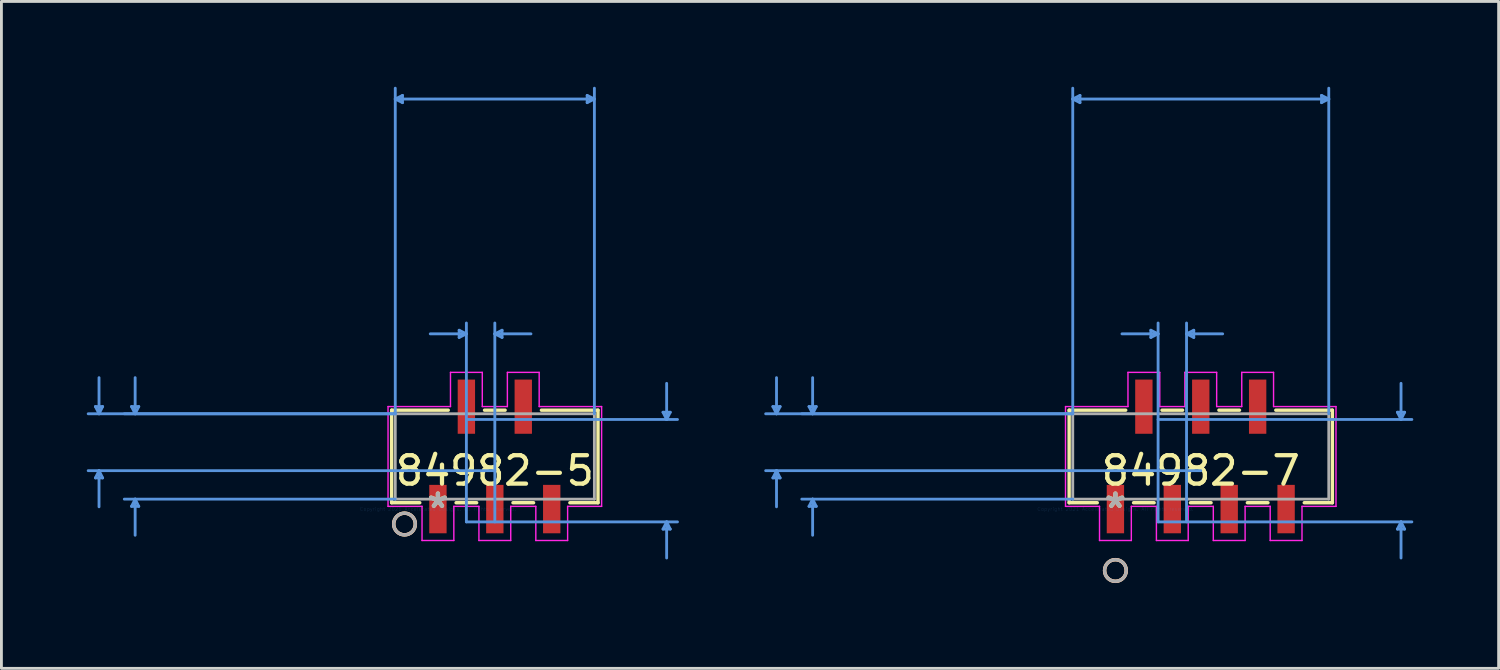
<source format=kicad_pcb>
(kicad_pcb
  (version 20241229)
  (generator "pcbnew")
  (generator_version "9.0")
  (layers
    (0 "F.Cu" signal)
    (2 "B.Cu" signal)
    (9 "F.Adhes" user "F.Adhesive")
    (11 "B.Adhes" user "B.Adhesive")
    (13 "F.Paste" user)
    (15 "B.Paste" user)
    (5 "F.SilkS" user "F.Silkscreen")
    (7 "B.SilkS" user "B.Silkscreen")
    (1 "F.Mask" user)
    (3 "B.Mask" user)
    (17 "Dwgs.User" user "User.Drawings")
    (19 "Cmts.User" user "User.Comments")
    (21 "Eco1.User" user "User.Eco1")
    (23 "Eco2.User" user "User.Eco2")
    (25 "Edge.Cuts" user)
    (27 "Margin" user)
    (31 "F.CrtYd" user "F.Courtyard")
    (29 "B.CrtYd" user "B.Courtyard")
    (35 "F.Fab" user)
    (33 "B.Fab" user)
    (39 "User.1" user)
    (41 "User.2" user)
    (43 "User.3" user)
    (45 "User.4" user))
  (footprint "84982-7"
    (layer "F.Cu")
    (at 36.161 14.846)
    (property "Reference" "84982-7" (at 3 -1.35 0) (layer "F.SilkS") (effects (font (size 1 1) (thickness 0.15))))
    (attr through_hole)
    (fp_line (start -1.627 -3.477) (end 0.362 -3.477) (stroke (width 0.12) (type solid)) (layer "F.SilkS"))
    (fp_line (start -1.627 -0.223) (end -1.627 -3.477) (stroke (width 0.12) (type solid)) (layer "F.SilkS"))
    (fp_line (start -0.638 -0.223) (end -1.627 -0.223) (stroke (width 0.12) (type solid)) (layer "F.SilkS"))
    (fp_line (start 1.362 -0.223) (end 0.638 -0.223) (stroke (width 0.12) (type solid)) (layer "F.SilkS"))
    (fp_line (start 1.638 -3.477) (end 2.362 -3.477) (stroke (width 0.12) (type solid)) (layer "F.SilkS"))
    (fp_line (start 3.362 -0.223) (end 2.638 -0.223) (stroke (width 0.12) (type solid)) (layer "F.SilkS"))
    (fp_line (start 3.638 -3.477) (end 4.362 -3.477) (stroke (width 0.12) (type solid)) (layer "F.SilkS"))
    (fp_line (start 5.362 -0.223) (end 4.638 -0.223) (stroke (width 0.12) (type solid)) (layer "F.SilkS"))
    (fp_line (start 5.638 -3.477) (end 7.627 -3.477) (stroke (width 0.12) (type solid)) (layer "F.SilkS"))
    (fp_line (start 7.627 -3.477) (end 7.627 -0.223) (stroke (width 0.12) (type solid)) (layer "F.SilkS"))
    (fp_line (start 7.627 -0.223) (end 6.638 -0.223) (stroke (width 0.12) (type solid)) (layer "F.SilkS"))
    (fp_circle (center 0 2.159) (end 0.381 2.159) (stroke (width 0.12) (type solid)) (fill no) (layer "F.SilkS"))
    (fp_circle (center 0 2.159) (end 0.381 2.159) (stroke (width 0.12) (type solid)) (fill no) (layer "B.SilkS"))
    (fp_line (start -12.041 -3.604) (end -11.787 -3.604) (stroke (width 0.1) (type solid)) (layer "Cmts.User"))
    (fp_line (start -12.041 -1.096) (end -11.787 -1.096) (stroke (width 0.1) (type solid)) (layer "Cmts.User"))
    (fp_line (start -11.914 -3.35) (end -12.041 -3.604) (stroke (width 0.1) (type solid)) (layer "Cmts.User"))
    (fp_line (start -11.914 -3.35) (end -11.914 -4.62) (stroke (width 0.1) (type solid)) (layer "Cmts.User"))
    (fp_line (start -11.914 -3.35) (end -11.787 -3.604) (stroke (width 0.1) (type solid)) (layer "Cmts.User"))
    (fp_line (start -11.914 -1.35) (end -12.041 -1.096) (stroke (width 0.1) (type solid)) (layer "Cmts.User"))
    (fp_line (start -11.914 -1.35) (end -11.914 -0.08) (stroke (width 0.1) (type solid)) (layer "Cmts.User"))
    (fp_line (start -11.914 -1.35) (end -11.787 -1.096) (stroke (width 0.1) (type solid)) (layer "Cmts.User"))
    (fp_line (start -10.771 -3.604) (end -10.517 -3.604) (stroke (width 0.1) (type solid)) (layer "Cmts.User"))
    (fp_line (start -10.771 -0.096) (end -10.517 -0.096) (stroke (width 0.1) (type solid)) (layer "Cmts.User"))
    (fp_line (start -10.644 -3.35) (end -10.771 -3.604) (stroke (width 0.1) (type solid)) (layer "Cmts.User"))
    (fp_line (start -10.644 -3.35) (end -10.644 -4.62) (stroke (width 0.1) (type solid)) (layer "Cmts.User"))
    (fp_line (start -10.644 -3.35) (end -10.517 -3.604) (stroke (width 0.1) (type solid)) (layer "Cmts.User"))
    (fp_line (start -10.644 -0.35) (end -10.771 -0.096) (stroke (width 0.1) (type solid)) (layer "Cmts.User"))
    (fp_line (start -10.644 -0.35) (end -10.644 0.92) (stroke (width 0.1) (type solid)) (layer "Cmts.User"))
    (fp_line (start -10.644 -0.35) (end -10.517 -0.096) (stroke (width 0.1) (type solid)) (layer "Cmts.User"))
    (fp_line (start -1.5 -14.415) (end -1.246 -14.542) (stroke (width 0.1) (type solid)) (layer "Cmts.User"))
    (fp_line (start -1.5 -14.415) (end -1.246 -14.288) (stroke (width 0.1) (type solid)) (layer "Cmts.User"))
    (fp_line (start -1.5 -14.415) (end 7.5 -14.415) (stroke (width 0.1) (type solid)) (layer "Cmts.User"))
    (fp_line (start -1.5 -3.35) (end -12.295 -3.35) (stroke (width 0.1) (type solid)) (layer "Cmts.User"))
    (fp_line (start -1.5 -3.35) (end -11.025 -3.35) (stroke (width 0.1) (type solid)) (layer "Cmts.User"))
    (fp_line (start -1.5 -3.35) (end -1.5 -14.796) (stroke (width 0.1) (type solid)) (layer "Cmts.User"))
    (fp_line (start -1.5 -0.35) (end -11.025 -0.35) (stroke (width 0.1) (type solid)) (layer "Cmts.User"))
    (fp_line (start -1.246 -14.542) (end -1.246 -14.288) (stroke (width 0.1) (type solid)) (layer "Cmts.User"))
    (fp_line (start 1.246 -6.287) (end 1.246 -6.033) (stroke (width 0.1) (type solid)) (layer "Cmts.User"))
    (fp_line (start 1.5 -6.16) (end 0.23 -6.16) (stroke (width 0.1) (type solid)) (layer "Cmts.User"))
    (fp_line (start 1.5 -6.16) (end 1.246 -6.287) (stroke (width 0.1) (type solid)) (layer "Cmts.User"))
    (fp_line (start 1.5 -6.16) (end 1.246 -6.033) (stroke (width 0.1) (type solid)) (layer "Cmts.User"))
    (fp_line (start 1.5 -3.15) (end 10.421 -3.15) (stroke (width 0.1) (type solid)) (layer "Cmts.User"))
    (fp_line (start 1.5 0.45) (end 1.5 -6.541) (stroke (width 0.1) (type solid)) (layer "Cmts.User"))
    (fp_line (start 1.5 0.45) (end 10.421 0.45) (stroke (width 0.1) (type solid)) (layer "Cmts.User"))
    (fp_line (start 2.5 -6.16) (end 2.754 -6.287) (stroke (width 0.1) (type solid)) (layer "Cmts.User"))
    (fp_line (start 2.5 -6.16) (end 2.754 -6.033) (stroke (width 0.1) (type solid)) (layer "Cmts.User"))
    (fp_line (start 2.5 -6.16) (end 3.77 -6.16) (stroke (width 0.1) (type solid)) (layer "Cmts.User"))
    (fp_line (start 2.5 0.45) (end 2.5 -6.541) (stroke (width 0.1) (type solid)) (layer "Cmts.User"))
    (fp_line (start 2.754 -6.287) (end 2.754 -6.033) (stroke (width 0.1) (type solid)) (layer "Cmts.User"))
    (fp_line (start 3 -1.35) (end -12.295 -1.35) (stroke (width 0.1) (type solid)) (layer "Cmts.User"))
    (fp_line (start 7.246 -14.542) (end 7.246 -14.288) (stroke (width 0.1) (type solid)) (layer "Cmts.User"))
    (fp_line (start 7.5 -14.415) (end 7.246 -14.542) (stroke (width 0.1) (type solid)) (layer "Cmts.User"))
    (fp_line (start 7.5 -14.415) (end 7.246 -14.288) (stroke (width 0.1) (type solid)) (layer "Cmts.User"))
    (fp_line (start 7.5 -3.35) (end 7.5 -14.796) (stroke (width 0.1) (type solid)) (layer "Cmts.User"))
    (fp_line (start 9.913 -3.404) (end 10.167 -3.404) (stroke (width 0.1) (type solid)) (layer "Cmts.User"))
    (fp_line (start 9.913 0.704) (end 10.167 0.704) (stroke (width 0.1) (type solid)) (layer "Cmts.User"))
    (fp_line (start 10.04 -3.15) (end 9.913 -3.404) (stroke (width 0.1) (type solid)) (layer "Cmts.User"))
    (fp_line (start 10.04 -3.15) (end 10.04 -4.42) (stroke (width 0.1) (type solid)) (layer "Cmts.User"))
    (fp_line (start 10.04 -3.15) (end 10.167 -3.404) (stroke (width 0.1) (type solid)) (layer "Cmts.User"))
    (fp_line (start 10.04 0.45) (end 9.913 0.704) (stroke (width 0.1) (type solid)) (layer "Cmts.User"))
    (fp_line (start 10.04 0.45) (end 10.04 1.72) (stroke (width 0.1) (type solid)) (layer "Cmts.User"))
    (fp_line (start 10.04 0.45) (end 10.167 0.704) (stroke (width 0.1) (type solid)) (layer "Cmts.User"))
    (fp_line (start -1.754 -3.604) (end -1.754 -0.096) (stroke (width 0.05) (type solid)) (layer "F.CrtYd"))
    (fp_line (start -1.754 -0.096) (end -0.559 -0.096) (stroke (width 0.05) (type solid)) (layer "F.CrtYd"))
    (fp_line (start -0.559 -0.096) (end -0.559 1.105) (stroke (width 0.05) (type solid)) (layer "F.CrtYd"))
    (fp_line (start -0.559 1.105) (end 0.559 1.105) (stroke (width 0.05) (type solid)) (layer "F.CrtYd"))
    (fp_line (start 0.441 -4.806) (end 0.441 -3.604) (stroke (width 0.05) (type solid)) (layer "F.CrtYd"))
    (fp_line (start 0.441 -3.604) (end -1.754 -3.604) (stroke (width 0.05) (type solid)) (layer "F.CrtYd"))
    (fp_line (start 0.559 -0.096) (end 1.441 -0.096) (stroke (width 0.05) (type solid)) (layer "F.CrtYd"))
    (fp_line (start 0.559 1.105) (end 0.559 -0.096) (stroke (width 0.05) (type solid)) (layer "F.CrtYd"))
    (fp_line (start 1.441 -0.096) (end 1.441 1.105) (stroke (width 0.05) (type solid)) (layer "F.CrtYd"))
    (fp_line (start 1.441 1.105) (end 2.559 1.105) (stroke (width 0.05) (type solid)) (layer "F.CrtYd"))
    (fp_line (start 1.559 -4.806) (end 0.441 -4.806) (stroke (width 0.05) (type solid)) (layer "F.CrtYd"))
    (fp_line (start 1.559 -3.604) (end 1.559 -4.806) (stroke (width 0.05) (type solid)) (layer "F.CrtYd"))
    (fp_line (start 2.441 -4.806) (end 2.441 -3.604) (stroke (width 0.05) (type solid)) (layer "F.CrtYd"))
    (fp_line (start 2.441 -3.604) (end 1.559 -3.604) (stroke (width 0.05) (type solid)) (layer "F.CrtYd"))
    (fp_line (start 2.559 -0.096) (end 3.441 -0.096) (stroke (width 0.05) (type solid)) (layer "F.CrtYd"))
    (fp_line (start 2.559 1.105) (end 2.559 -0.096) (stroke (width 0.05) (type solid)) (layer "F.CrtYd"))
    (fp_line (start 3.441 -0.096) (end 3.441 1.105) (stroke (width 0.05) (type solid)) (layer "F.CrtYd"))
    (fp_line (start 3.441 1.105) (end 4.559 1.105) (stroke (width 0.05) (type solid)) (layer "F.CrtYd"))
    (fp_line (start 3.559 -4.806) (end 2.441 -4.806) (stroke (width 0.05) (type solid)) (layer "F.CrtYd"))
    (fp_line (start 3.559 -3.604) (end 3.559 -4.806) (stroke (width 0.05) (type solid)) (layer "F.CrtYd"))
    (fp_line (start 4.441 -4.806) (end 4.441 -3.604) (stroke (width 0.05) (type solid)) (layer "F.CrtYd"))
    (fp_line (start 4.441 -3.604) (end 3.559 -3.604) (stroke (width 0.05) (type solid)) (layer "F.CrtYd"))
    (fp_line (start 4.559 -0.096) (end 5.441 -0.096) (stroke (width 0.05) (type solid)) (layer "F.CrtYd"))
    (fp_line (start 4.559 1.105) (end 4.559 -0.096) (stroke (width 0.05) (type solid)) (layer "F.CrtYd"))
    (fp_line (start 5.441 -0.096) (end 5.441 1.105) (stroke (width 0.05) (type solid)) (layer "F.CrtYd"))
    (fp_line (start 5.441 1.105) (end 6.559 1.105) (stroke (width 0.05) (type solid)) (layer "F.CrtYd"))
    (fp_line (start 5.559 -4.806) (end 4.441 -4.806) (stroke (width 0.05) (type solid)) (layer "F.CrtYd"))
    (fp_line (start 5.559 -3.604) (end 5.559 -4.806) (stroke (width 0.05) (type solid)) (layer "F.CrtYd"))
    (fp_line (start 6.559 -0.096) (end 7.754 -0.096) (stroke (width 0.05) (type solid)) (layer "F.CrtYd"))
    (fp_line (start 6.559 1.105) (end 6.559 -0.096) (stroke (width 0.05) (type solid)) (layer "F.CrtYd"))
    (fp_line (start 7.754 -3.604) (end 5.559 -3.604) (stroke (width 0.05) (type solid)) (layer "F.CrtYd"))
    (fp_line (start 7.754 -0.096) (end 7.754 -3.604) (stroke (width 0.05) (type solid)) (layer "F.CrtYd"))
    (fp_line (start -1.5 -3.35) (end -1.5 -0.35) (stroke (width 0.1) (type solid)) (layer "F.Fab"))
    (fp_line (start -1.5 -0.35) (end 7.5 -0.35) (stroke (width 0.1) (type solid)) (layer "F.Fab"))
    (fp_line (start 7.5 -3.35) (end -1.5 -3.35) (stroke (width 0.1) (type solid)) (layer "F.Fab"))
    (fp_line (start 7.5 -0.35) (end 7.5 -3.35) (stroke (width 0.1) (type solid)) (layer "F.Fab"))
    (fp_circle (center 0 2.159) (end 0.381 2.159) (stroke (width 0.1) (type solid)) (fill no) (layer "F.Fab"))
    (fp_text user "*" (at 0 0 0) (layer "F.SilkS") (effects (font (size 1 1) (thickness 0.15))))
    (fp_text user "Copyright 2021 Accelerated Designs. All rights reserved." (at 0 0 0) (layer "Cmts.User") (effects (font (size 0.127 0.127) (thickness 0.002))))
    (fp_text user "*" (at 0 0 0) (layer "F.Fab") (effects (font (size 1 1) (thickness 0.15))))
    (pad "1" smd rect (at 0 0) (size 0.61 1.702) (layers "F.Cu" "F.Mask" "F.Paste"))
    (pad "2" smd rect (at 1 -3.6) (size 0.61 1.905) (layers "F.Cu" "F.Mask" "F.Paste"))
    (pad "3" smd rect (at 2 0) (size 0.61 1.702) (layers "F.Cu" "F.Mask" "F.Paste"))
    (pad "4" smd rect (at 3 -3.6) (size 0.61 1.905) (layers "F.Cu" "F.Mask" "F.Paste"))
    (pad "5" smd rect (at 4 0) (size 0.61 1.702) (layers "F.Cu" "F.Mask" "F.Paste"))
    (pad "6" smd rect (at 5 -3.6) (size 0.61 1.905) (layers "F.Cu" "F.Mask" "F.Paste"))
    (pad "7" smd rect (at 6 0) (size 0.61 1.702) (layers "F.Cu" "F.Mask" "F.Paste")))
  (footprint "84982-5"
    (layer "F.Cu")
    (at 12.345 14.846)
    (property "Reference" "84982-5" (at 2 -1.35 0) (layer "F.SilkS") (effects (font (size 1 1) (thickness 0.15))))
    (attr through_hole)
    (fp_line (start -1.627 -3.477) (end 0.362 -3.477) (stroke (width 0.12) (type solid)) (layer "F.SilkS"))
    (fp_line (start -1.627 -0.223) (end -1.627 -3.477) (stroke (width 0.12) (type solid)) (layer "F.SilkS"))
    (fp_line (start -0.638 -0.223) (end -1.627 -0.223) (stroke (width 0.12) (type solid)) (layer "F.SilkS"))
    (fp_line (start 1.362 -0.223) (end 0.638 -0.223) (stroke (width 0.12) (type solid)) (layer "F.SilkS"))
    (fp_line (start 1.638 -3.477) (end 2.362 -3.477) (stroke (width 0.12) (type solid)) (layer "F.SilkS"))
    (fp_line (start 3.362 -0.223) (end 2.638 -0.223) (stroke (width 0.12) (type solid)) (layer "F.SilkS"))
    (fp_line (start 3.638 -3.477) (end 5.627 -3.477) (stroke (width 0.12) (type solid)) (layer "F.SilkS"))
    (fp_line (start 5.627 -3.477) (end 5.627 -0.223) (stroke (width 0.12) (type solid)) (layer "F.SilkS"))
    (fp_line (start 5.627 -0.223) (end 4.638 -0.223) (stroke (width 0.12) (type solid)) (layer "F.SilkS"))
    (fp_circle (center -1.175 0.525) (end -0.794 0.525) (stroke (width 0.12) (type solid)) (fill no) (layer "F.SilkS"))
    (fp_circle (center -1.175 0.525) (end -0.794 0.525) (stroke (width 0.12) (type solid)) (fill no) (layer "B.SilkS"))
    (fp_line (start -12.041 -3.604) (end -11.787 -3.604) (stroke (width 0.1) (type solid)) (layer "Cmts.User"))
    (fp_line (start -12.041 -1.096) (end -11.787 -1.096) (stroke (width 0.1) (type solid)) (layer "Cmts.User"))
    (fp_line (start -11.914 -3.35) (end -12.041 -3.604) (stroke (width 0.1) (type solid)) (layer "Cmts.User"))
    (fp_line (start -11.914 -3.35) (end -11.914 -4.62) (stroke (width 0.1) (type solid)) (layer "Cmts.User"))
    (fp_line (start -11.914 -3.35) (end -11.787 -3.604) (stroke (width 0.1) (type solid)) (layer "Cmts.User"))
    (fp_line (start -11.914 -1.35) (end -12.041 -1.096) (stroke (width 0.1) (type solid)) (layer "Cmts.User"))
    (fp_line (start -11.914 -1.35) (end -11.914 -0.08) (stroke (width 0.1) (type solid)) (layer "Cmts.User"))
    (fp_line (start -11.914 -1.35) (end -11.787 -1.096) (stroke (width 0.1) (type solid)) (layer "Cmts.User"))
    (fp_line (start -10.771 -3.604) (end -10.517 -3.604) (stroke (width 0.1) (type solid)) (layer "Cmts.User"))
    (fp_line (start -10.771 -0.096) (end -10.517 -0.096) (stroke (width 0.1) (type solid)) (layer "Cmts.User"))
    (fp_line (start -10.644 -3.35) (end -10.771 -3.604) (stroke (width 0.1) (type solid)) (layer "Cmts.User"))
    (fp_line (start -10.644 -3.35) (end -10.644 -4.62) (stroke (width 0.1) (type solid)) (layer "Cmts.User"))
    (fp_line (start -10.644 -3.35) (end -10.517 -3.604) (stroke (width 0.1) (type solid)) (layer "Cmts.User"))
    (fp_line (start -10.644 -0.35) (end -10.771 -0.096) (stroke (width 0.1) (type solid)) (layer "Cmts.User"))
    (fp_line (start -10.644 -0.35) (end -10.644 0.92) (stroke (width 0.1) (type solid)) (layer "Cmts.User"))
    (fp_line (start -10.644 -0.35) (end -10.517 -0.096) (stroke (width 0.1) (type solid)) (layer "Cmts.User"))
    (fp_line (start -1.5 -14.415) (end -1.246 -14.542) (stroke (width 0.1) (type solid)) (layer "Cmts.User"))
    (fp_line (start -1.5 -14.415) (end -1.246 -14.288) (stroke (width 0.1) (type solid)) (layer "Cmts.User"))
    (fp_line (start -1.5 -14.415) (end 5.5 -14.415) (stroke (width 0.1) (type solid)) (layer "Cmts.User"))
    (fp_line (start -1.5 -3.35) (end -12.295 -3.35) (stroke (width 0.1) (type solid)) (layer "Cmts.User"))
    (fp_line (start -1.5 -3.35) (end -11.025 -3.35) (stroke (width 0.1) (type solid)) (layer "Cmts.User"))
    (fp_line (start -1.5 -3.35) (end -1.5 -14.796) (stroke (width 0.1) (type solid)) (layer "Cmts.User"))
    (fp_line (start -1.5 -0.35) (end -11.025 -0.35) (stroke (width 0.1) (type solid)) (layer "Cmts.User"))
    (fp_line (start -1.246 -14.542) (end -1.246 -14.288) (stroke (width 0.1) (type solid)) (layer "Cmts.User"))
    (fp_line (start 0.746 -6.287) (end 0.746 -6.033) (stroke (width 0.1) (type solid)) (layer "Cmts.User"))
    (fp_line (start 1 -6.16) (end -0.27 -6.16) (stroke (width 0.1) (type solid)) (layer "Cmts.User"))
    (fp_line (start 1 -6.16) (end 0.746 -6.287) (stroke (width 0.1) (type solid)) (layer "Cmts.User"))
    (fp_line (start 1 -6.16) (end 0.746 -6.033) (stroke (width 0.1) (type solid)) (layer "Cmts.User"))
    (fp_line (start 1 -3.15) (end 8.421 -3.15) (stroke (width 0.1) (type solid)) (layer "Cmts.User"))
    (fp_line (start 1 0.45) (end 1 -6.541) (stroke (width 0.1) (type solid)) (layer "Cmts.User"))
    (fp_line (start 1 0.45) (end 8.421 0.45) (stroke (width 0.1) (type solid)) (layer "Cmts.User"))
    (fp_line (start 2 -6.16) (end 2.254 -6.287) (stroke (width 0.1) (type solid)) (layer "Cmts.User"))
    (fp_line (start 2 -6.16) (end 2.254 -6.033) (stroke (width 0.1) (type solid)) (layer "Cmts.User"))
    (fp_line (start 2 -6.16) (end 3.27 -6.16) (stroke (width 0.1) (type solid)) (layer "Cmts.User"))
    (fp_line (start 2 -1.35) (end -12.295 -1.35) (stroke (width 0.1) (type solid)) (layer "Cmts.User"))
    (fp_line (start 2 0.45) (end 2 -6.541) (stroke (width 0.1) (type solid)) (layer "Cmts.User"))
    (fp_line (start 2.254 -6.287) (end 2.254 -6.033) (stroke (width 0.1) (type solid)) (layer "Cmts.User"))
    (fp_line (start 5.246 -14.542) (end 5.246 -14.288) (stroke (width 0.1) (type solid)) (layer "Cmts.User"))
    (fp_line (start 5.5 -14.415) (end 5.246 -14.542) (stroke (width 0.1) (type solid)) (layer "Cmts.User"))
    (fp_line (start 5.5 -14.415) (end 5.246 -14.288) (stroke (width 0.1) (type solid)) (layer "Cmts.User"))
    (fp_line (start 5.5 -3.35) (end 5.5 -14.796) (stroke (width 0.1) (type solid)) (layer "Cmts.User"))
    (fp_line (start 7.913 -3.404) (end 8.167 -3.404) (stroke (width 0.1) (type solid)) (layer "Cmts.User"))
    (fp_line (start 7.913 0.704) (end 8.167 0.704) (stroke (width 0.1) (type solid)) (layer "Cmts.User"))
    (fp_line (start 8.04 -3.15) (end 7.913 -3.404) (stroke (width 0.1) (type solid)) (layer "Cmts.User"))
    (fp_line (start 8.04 -3.15) (end 8.04 -4.42) (stroke (width 0.1) (type solid)) (layer "Cmts.User"))
    (fp_line (start 8.04 -3.15) (end 8.167 -3.404) (stroke (width 0.1) (type solid)) (layer "Cmts.User"))
    (fp_line (start 8.04 0.45) (end 7.913 0.704) (stroke (width 0.1) (type solid)) (layer "Cmts.User"))
    (fp_line (start 8.04 0.45) (end 8.04 1.72) (stroke (width 0.1) (type solid)) (layer "Cmts.User"))
    (fp_line (start 8.04 0.45) (end 8.167 0.704) (stroke (width 0.1) (type solid)) (layer "Cmts.User"))
    (fp_line (start -1.754 -3.604) (end -1.754 -0.096) (stroke (width 0.05) (type solid)) (layer "F.CrtYd"))
    (fp_line (start -1.754 -0.096) (end -0.559 -0.096) (stroke (width 0.05) (type solid)) (layer "F.CrtYd"))
    (fp_line (start -0.559 -0.096) (end -0.559 1.105) (stroke (width 0.05) (type solid)) (layer "F.CrtYd"))
    (fp_line (start -0.559 1.105) (end 0.559 1.105) (stroke (width 0.05) (type solid)) (layer "F.CrtYd"))
    (fp_line (start 0.441 -4.806) (end 0.441 -3.604) (stroke (width 0.05) (type solid)) (layer "F.CrtYd"))
    (fp_line (start 0.441 -3.604) (end -1.754 -3.604) (stroke (width 0.05) (type solid)) (layer "F.CrtYd"))
    (fp_line (start 0.559 -0.096) (end 1.441 -0.096) (stroke (width 0.05) (type solid)) (layer "F.CrtYd"))
    (fp_line (start 0.559 1.105) (end 0.559 -0.096) (stroke (width 0.05) (type solid)) (layer "F.CrtYd"))
    (fp_line (start 1.441 -0.096) (end 1.441 1.105) (stroke (width 0.05) (type solid)) (layer "F.CrtYd"))
    (fp_line (start 1.441 1.105) (end 2.559 1.105) (stroke (width 0.05) (type solid)) (layer "F.CrtYd"))
    (fp_line (start 1.559 -4.806) (end 0.441 -4.806) (stroke (width 0.05) (type solid)) (layer "F.CrtYd"))
    (fp_line (start 1.559 -3.604) (end 1.559 -4.806) (stroke (width 0.05) (type solid)) (layer "F.CrtYd"))
    (fp_line (start 2.441 -4.806) (end 2.441 -3.604) (stroke (width 0.05) (type solid)) (layer "F.CrtYd"))
    (fp_line (start 2.441 -3.604) (end 1.559 -3.604) (stroke (width 0.05) (type solid)) (layer "F.CrtYd"))
    (fp_line (start 2.559 -0.096) (end 3.441 -0.096) (stroke (width 0.05) (type solid)) (layer "F.CrtYd"))
    (fp_line (start 2.559 1.105) (end 2.559 -0.096) (stroke (width 0.05) (type solid)) (layer "F.CrtYd"))
    (fp_line (start 3.441 -0.096) (end 3.441 1.105) (stroke (width 0.05) (type solid)) (layer "F.CrtYd"))
    (fp_line (start 3.441 1.105) (end 4.559 1.105) (stroke (width 0.05) (type solid)) (layer "F.CrtYd"))
    (fp_line (start 3.559 -4.806) (end 2.441 -4.806) (stroke (width 0.05) (type solid)) (layer "F.CrtYd"))
    (fp_line (start 3.559 -3.604) (end 3.559 -4.806) (stroke (width 0.05) (type solid)) (layer "F.CrtYd"))
    (fp_line (start 4.559 -0.096) (end 5.754 -0.096) (stroke (width 0.05) (type solid)) (layer "F.CrtYd"))
    (fp_line (start 4.559 1.105) (end 4.559 -0.096) (stroke (width 0.05) (type solid)) (layer "F.CrtYd"))
    (fp_line (start 5.754 -3.604) (end 3.559 -3.604) (stroke (width 0.05) (type solid)) (layer "F.CrtYd"))
    (fp_line (start 5.754 -0.096) (end 5.754 -3.604) (stroke (width 0.05) (type solid)) (layer "F.CrtYd"))
    (fp_line (start -1.5 -3.35) (end -1.5 -0.35) (stroke (width 0.1) (type solid)) (layer "F.Fab"))
    (fp_line (start -1.5 -0.35) (end 5.5 -0.35) (stroke (width 0.1) (type solid)) (layer "F.Fab"))
    (fp_line (start 5.5 -3.35) (end -1.5 -3.35) (stroke (width 0.1) (type solid)) (layer "F.Fab"))
    (fp_line (start 5.5 -0.35) (end 5.5 -3.35) (stroke (width 0.1) (type solid)) (layer "F.Fab"))
    (fp_circle (center -1.175 0.525) (end -0.794 0.525) (stroke (width 0.1) (type solid)) (fill no) (layer "F.Fab"))
    (fp_text user "*" (at 0 0 0) (layer "F.SilkS") (effects (font (size 1 1) (thickness 0.15))))
    (fp_text user "Copyright 2021 Accelerated Designs. All rights reserved." (at 0 0 0) (layer "Cmts.User") (effects (font (size 0.127 0.127) (thickness 0.002))))
    (fp_text user "*" (at 0 0 0) (layer "F.Fab") (effects (font (size 1 1) (thickness 0.15))))
    (pad "1" smd rect (at 0 0) (size 0.61 1.702) (layers "F.Cu" "F.Mask" "F.Paste"))
    (pad "2" smd rect (at 1 -3.6) (size 0.61 1.905) (layers "F.Cu" "F.Mask" "F.Paste"))
    (pad "3" smd rect (at 2 0) (size 0.61 1.702) (layers "F.Cu" "F.Mask" "F.Paste"))
    (pad "4" smd rect (at 3 -3.6) (size 0.61 1.905) (layers "F.Cu" "F.Mask" "F.Paste"))
    (pad "5" smd rect (at 4 0) (size 0.61 1.702) (layers "F.Cu" "F.Mask" "F.Paste")))
  (gr_rect
    (start -3 -3)
    (end 49.632 20.446)
    (stroke (width 0.1) (type default))
    (fill no)
    (layer "Edge.Cuts")))
</source>
